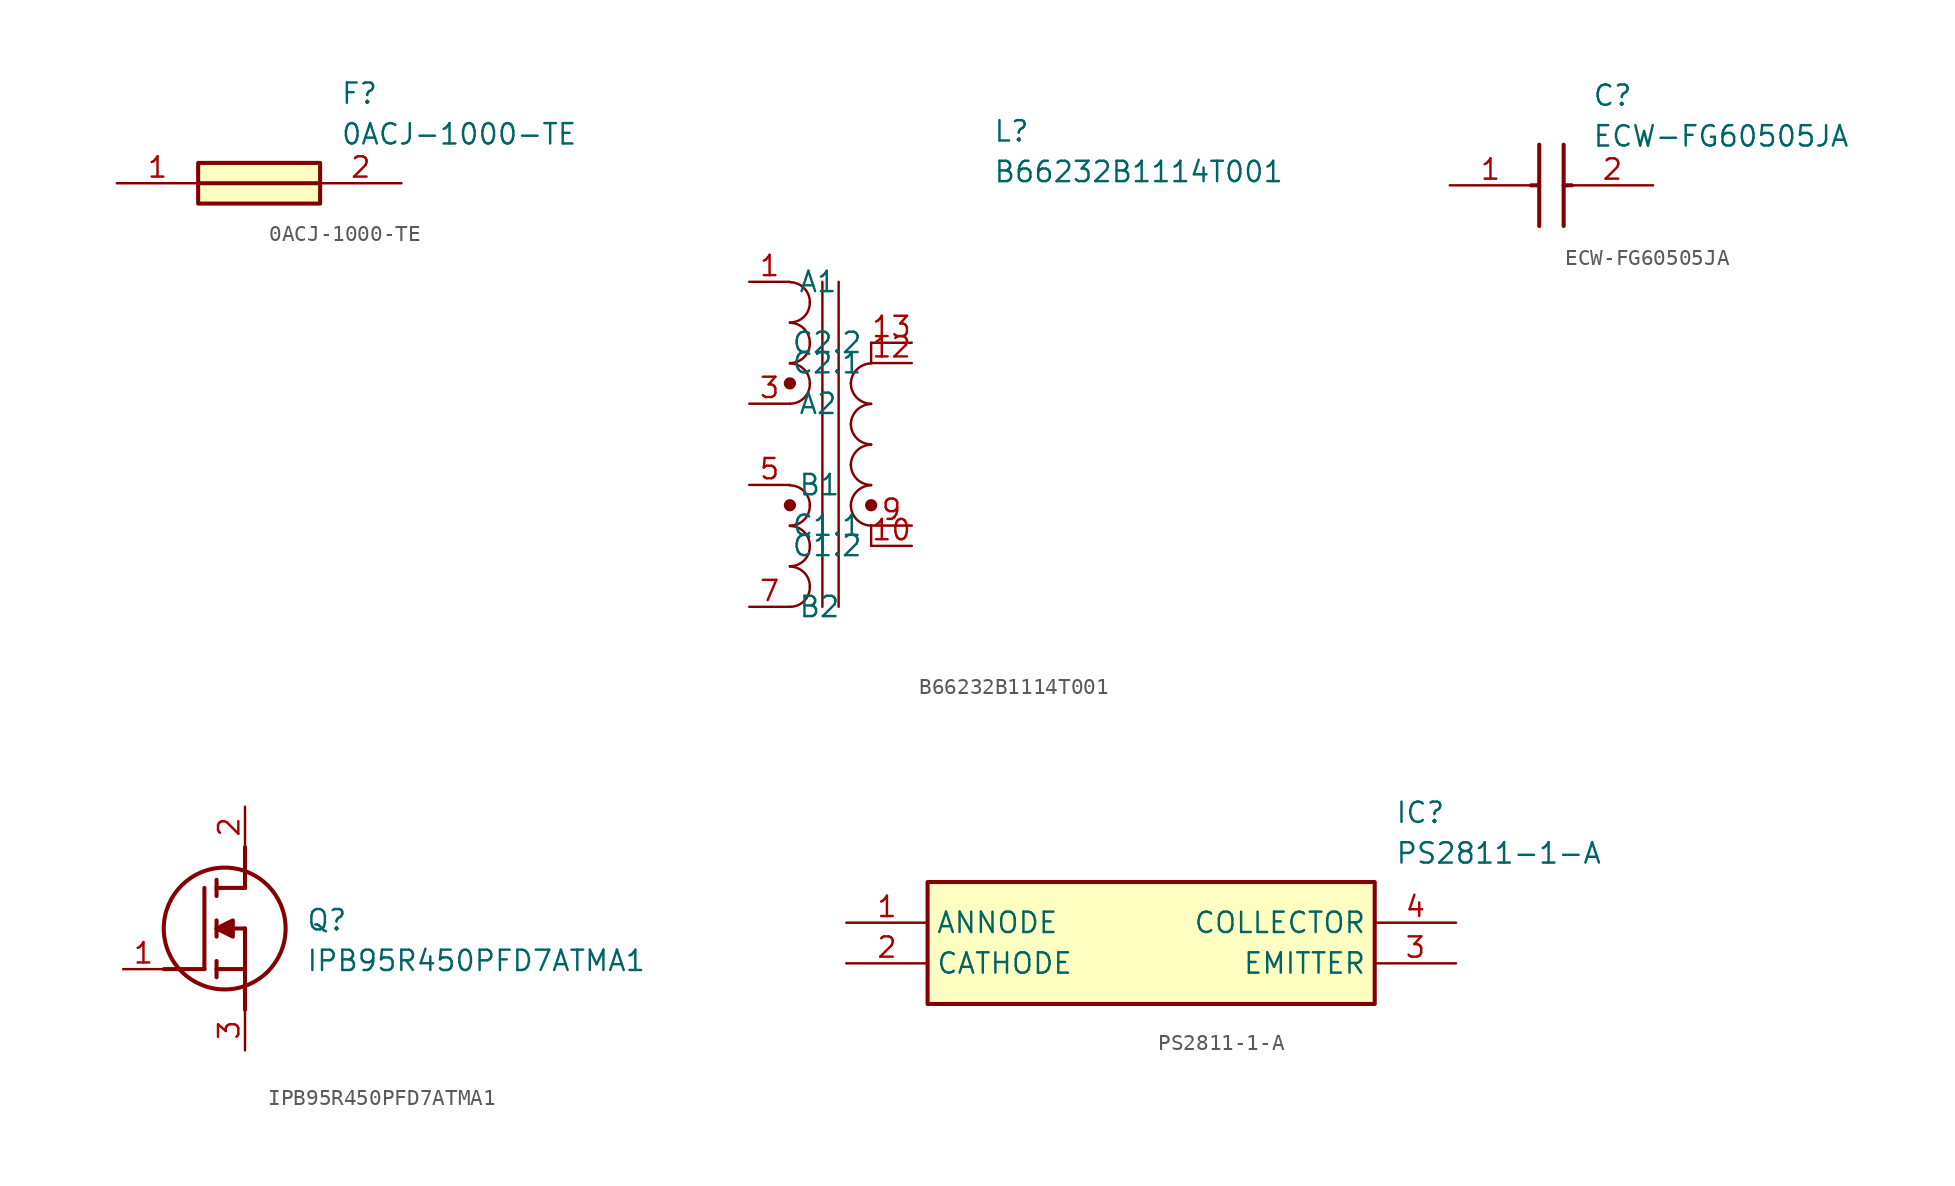
<source format=kicad_sym>
(kicad_symbol_lib
  (version 20241209)
  (generator "kicad_symbol_editor")
  (generator_version "9.0")
  (symbol "0ACJ-1000-TE"
    (pin_names
      (hide yes))
    (property "Reference" "F"
      (at 13.97 6.35 0)
      (effects (font (size 1.27 1.27)) (justify left top)))
    (property "Value" "0ACJ-1000-TE"
      (at 13.97 3.81 0)
      (effects (font (size 1.27 1.27)) (justify left top)))
    (symbol "0ACJ-1000-TE_1_1"
      (rectangle (start 5.08 1.27) (end 12.7 -1.27) (stroke (width 0.254) (type default)) (fill (type background)))
      (polyline (pts (xy 5.08 0) (xy 12.7 0)) (stroke (width 0.254) (type default)) (fill (type none)))
      (pin passive line (at 0 0 0) (length 5.08) (name "1" (effects (font (size 1.27 1.27)))) (number "1" (effects (font (size 1.27 1.27)))))
      (pin passive line (at 17.78 0 180) (length 5.08) (name "2" (effects (font (size 1.27 1.27)))) (number "2" (effects (font (size 1.27 1.27)))))))
  (symbol "B66232B1114T001"
    (property "Reference" "L"
      (at 19.05 7.62 0)
      (effects (font (size 1.27 1.27)) (justify left top)))
    (property "Value" "B66232B1114T001"
      (at 19.05 5.08 0)
      (effects (font (size 1.27 1.27)) (justify left top)))
    (symbol "B66232B1114T001_0_1"
      (arc (start 6.35 -2.5654) (mid 7.2301 -2.9299) (end 7.5946 -3.81) (stroke (width 0) (type default)) (fill (type none)))
      (arc (start 6.35 -5.1054) (mid 7.2301 -5.4699) (end 7.5946 -6.35) (stroke (width 0) (type default)) (fill (type none)))
      (arc (start 6.35 -7.6454) (mid 7.2301 -8.0099) (end 7.5946 -8.89) (stroke (width 0) (type default)) (fill (type none)))
      (arc (start 6.35 -15.2654) (mid 7.2301 -15.6299) (end 7.5946 -16.51) (stroke (width 0) (type default)) (fill (type none)))
      (arc (start 6.35 -17.8054) (mid 7.2301 -18.1699) (end 7.5946 -19.05) (stroke (width 0) (type default)) (fill (type none)))
      (arc (start 6.35 -20.3454) (mid 7.2301 -20.7099) (end 7.5946 -21.59) (stroke (width 0) (type default)) (fill (type none)))
      (arc (start 7.5946 -3.81) (mid 7.2443 -4.7117) (end 6.35 -5.08) (stroke (width 0) (type default)) (fill (type none)))
      (arc (start 7.5946 -6.35) (mid 7.2443 -7.2517) (end 6.35 -7.62) (stroke (width 0) (type default)) (fill (type none)))
      (arc (start 7.5946 -8.89) (mid 7.2443 -9.7917) (end 6.35 -10.16) (stroke (width 0) (type default)) (fill (type none)))
      (arc (start 7.5946 -16.51) (mid 7.2443 -17.4117) (end 6.35 -17.78) (stroke (width 0) (type default)) (fill (type none)))
      (arc (start 7.5946 -19.05) (mid 7.2443 -19.9517) (end 6.35 -20.32) (stroke (width 0) (type default)) (fill (type none)))
      (arc (start 7.5946 -21.59) (mid 7.2443 -22.4917) (end 6.35 -22.86) (stroke (width 0) (type default)) (fill (type none)))
      (polyline (pts (xy 8.382 -22.86) (xy 8.382 -2.54)) (stroke (width 0) (type default)) (fill (type none)))
      (polyline (pts (xy 9.398 -2.54) (xy 9.398 -22.86)) (stroke (width 0) (type default)) (fill (type none)))
      (polyline (pts (xy 11.43 -7.62) (xy 11.43 -6.35)) (stroke (width 0) (type default)) (fill (type none)))
      (arc (start 11.43 -10.16) (mid 10.532 -9.788) (end 10.16 -8.89) (stroke (width 0) (type default)) (fill (type none)))
      (arc (start 11.43 -12.7) (mid 10.532 -12.328) (end 10.16 -11.43) (stroke (width 0) (type default)) (fill (type none)))
      (arc (start 11.43 -15.24) (mid 10.532 -14.868) (end 10.16 -13.97) (stroke (width 0) (type default)) (fill (type none)))
      (arc (start 11.43 -17.78) (mid 10.532 -17.408) (end 10.16 -16.51) (stroke (width 0) (type default)) (fill (type none)))
      (polyline (pts (xy 11.43 -17.78) (xy 11.43 -19.05)) (stroke (width 0) (type default)) (fill (type none)))
      (arc (start 10.16 -8.89) (mid 10.546 -8.0136) (end 11.43 -7.6454) (stroke (width 0) (type default)) (fill (type none)))
      (arc (start 10.16 -11.43) (mid 10.546 -10.5536) (end 11.43 -10.1854) (stroke (width 0) (type default)) (fill (type none)))
      (arc (start 10.16 -13.97) (mid 10.546 -13.0936) (end 11.43 -12.7254) (stroke (width 0) (type default)) (fill (type none)))
      (arc (start 10.16 -16.51) (mid 10.546 -15.6336) (end 11.43 -15.2654) (stroke (width 0) (type default)) (fill (type none))))
    (symbol "B66232B1114T001_1_1"
      (circle (center 6.35 -8.89) (radius 0.0001) (stroke (width 0.762) (type solid)) (fill (type outline)))
      (circle (center 6.35 -16.51) (radius 0.0001) (stroke (width 0.762) (type solid)) (fill (type outline)))
      (circle (center 11.43 -16.51) (radius 0.0001) (stroke (width 0.762) (type solid)) (fill (type outline)))
      (pin input line (at 3.81 -2.54 0) (length 2.54) (name "A1" (effects (font (size 1.27 1.27)))) (number "1" (effects (font (size 1.27 1.27)))))
      (pin input line (at 3.81 -10.16 0) (length 2.54) (name "A2" (effects (font (size 1.27 1.27)))) (number "3" (effects (font (size 1.27 1.27)))))
      (pin input line (at 3.81 -15.24 0) (length 2.54) (name "B1" (effects (font (size 1.27 1.27)))) (number "5" (effects (font (size 1.27 1.27)))))
      (pin input line (at 3.81 -22.86 0) (length 2.54) (name "B2" (effects (font (size 1.27 1.27)))) (number "7" (effects (font (size 1.27 1.27)))))
      (pin input line (at 13.97 -6.35 180) (length 2.54) (name "C2.2" (effects (font (size 1.27 1.27)))) (number "13" (effects (font (size 1.27 1.27)))))
      (pin input line (at 13.97 -7.62 180) (length 2.54) (name "C2.1" (effects (font (size 1.27 1.27)))) (number "12" (effects (font (size 1.27 1.27)))))
      (pin input line (at 13.97 -17.78 180) (length 2.54) (name "C1.1" (effects (font (size 1.27 1.27)))) (number "9" (effects (font (size 1.27 1.27)))))
      (pin input line (at 13.97 -19.05 180) (length 2.54) (name "C1.2" (effects (font (size 1.27 1.27)))) (number "10" (effects (font (size 1.27 1.27)))))))
  (symbol "ECW-FG60505JA"
    (pin_names
      (hide yes))
    (property "Reference" "C"
      (at 8.89 6.35 0)
      (effects (font (size 1.27 1.27)) (justify left top)))
    (property "Value" "ECW-FG60505JA"
      (at 8.89 3.81 0)
      (effects (font (size 1.27 1.27)) (justify left top)))
    (symbol "ECW-FG60505JA_1_1"
      (polyline (pts (xy 5.08 0) (xy 5.588 0)) (stroke (width 0.254) (type default)) (fill (type none)))
      (polyline (pts (xy 5.588 2.54) (xy 5.588 -2.54)) (stroke (width 0.254) (type default)) (fill (type none)))
      (polyline (pts (xy 7.112 2.54) (xy 7.112 -2.54)) (stroke (width 0.254) (type default)) (fill (type none)))
      (polyline (pts (xy 7.112 0) (xy 7.62 0)) (stroke (width 0.254) (type default)) (fill (type none)))
      (pin passive line (at 0 0 0) (length 5.08) (name "1" (effects (font (size 1.27 1.27)))) (number "1" (effects (font (size 1.27 1.27)))))
      (pin passive line (at 12.7 0 180) (length 5.08) (name "2" (effects (font (size 1.27 1.27)))) (number "2" (effects (font (size 1.27 1.27)))))))
  (symbol "IPB95R450PFD7ATMA1"
    (pin_names
      (hide yes))
    (property "Reference" "Q"
      (at 11.43 3.81 0)
      (effects (font (size 1.27 1.27)) (justify left top)))
    (property "Value" "IPB95R450PFD7ATMA1"
      (at 11.43 1.27 0)
      (effects (font (size 1.27 1.27)) (justify left top)))
    (symbol "IPB95R450PFD7ATMA1_1_1"
      (polyline (pts (xy 2.54 0) (xy 5.08 0)) (stroke (width 0.254) (type default)) (fill (type none)))
      (polyline (pts (xy 5.08 5.08) (xy 5.08 0)) (stroke (width 0.254) (type default)) (fill (type none)))
      (polyline (pts (xy 5.842 5.588) (xy 5.842 4.572)) (stroke (width 0.254) (type default)) (fill (type none)))
      (polyline (pts (xy 5.842 2.54) (xy 6.858 3.048) (xy 6.858 2.032) (xy 5.842 2.54)) (stroke (width 0.254) (type default)) (fill (type outline)))
      (polyline (pts (xy 5.842 2.032) (xy 5.842 3.048)) (stroke (width 0.254) (type default)) (fill (type none)))
      (polyline (pts (xy 5.842 0) (xy 7.62 0)) (stroke (width 0.254) (type default)) (fill (type none)))
      (polyline (pts (xy 5.842 -0.508) (xy 5.842 0.508)) (stroke (width 0.254) (type default)) (fill (type none)))
      (circle (center 6.35 2.54) (radius 3.81) (stroke (width 0.254) (type default)) (fill (type none)))
      (polyline (pts (xy 7.62 5.08) (xy 5.842 5.08)) (stroke (width 0.254) (type default)) (fill (type none)))
      (polyline (pts (xy 7.62 5.08) (xy 7.62 7.62)) (stroke (width 0.254) (type default)) (fill (type none)))
      (polyline (pts (xy 7.62 2.54) (xy 5.842 2.54)) (stroke (width 0.254) (type default)) (fill (type none)))
      (polyline (pts (xy 7.62 2.54) (xy 7.62 -2.54)) (stroke (width 0.254) (type default)) (fill (type none)))
      (pin passive line (at 0 0 0) (length 2.54) (name "G" (effects (font (size 1.27 1.27)))) (number "1" (effects (font (size 1.27 1.27)))))
      (pin passive line (at 7.62 10.16 270) (length 2.54) (name "D" (effects (font (size 1.27 1.27)))) (number "2" (effects (font (size 1.27 1.27)))))
      (pin passive line (at 7.62 -5.08 90) (length 2.54) (name "S" (effects (font (size 1.27 1.27)))) (number "3" (effects (font (size 1.27 1.27)))))))
  (symbol "PS2811-1-A"
    (property "Reference" "IC"
      (at 34.29 7.62 0)
      (effects (font (size 1.27 1.27)) (justify left top)))
    (property "Value" "PS2811-1-A"
      (at 34.29 5.08 0)
      (effects (font (size 1.27 1.27)) (justify left top)))
    (symbol "PS2811-1-A_1_1"
      (rectangle (start 5.08 2.54) (end 33.02 -5.08) (stroke (width 0.254) (type default)) (fill (type background)))
      (pin passive line (at 0 0 0) (length 5.08) (name "ANNODE" (effects (font (size 1.27 1.27)))) (number "1" (effects (font (size 1.27 1.27)))))
      (pin passive line (at 0 -2.54 0) (length 5.08) (name "CATHODE" (effects (font (size 1.27 1.27)))) (number "2" (effects (font (size 1.27 1.27)))))
      (pin passive line (at 38.1 0 180) (length 5.08) (name "COLLECTOR" (effects (font (size 1.27 1.27)))) (number "4" (effects (font (size 1.27 1.27)))))
      (pin passive line (at 38.1 -2.54 180) (length 5.08) (name "EMITTER" (effects (font (size 1.27 1.27)))) (number "3" (effects (font (size 1.27 1.27))))))))
</source>
